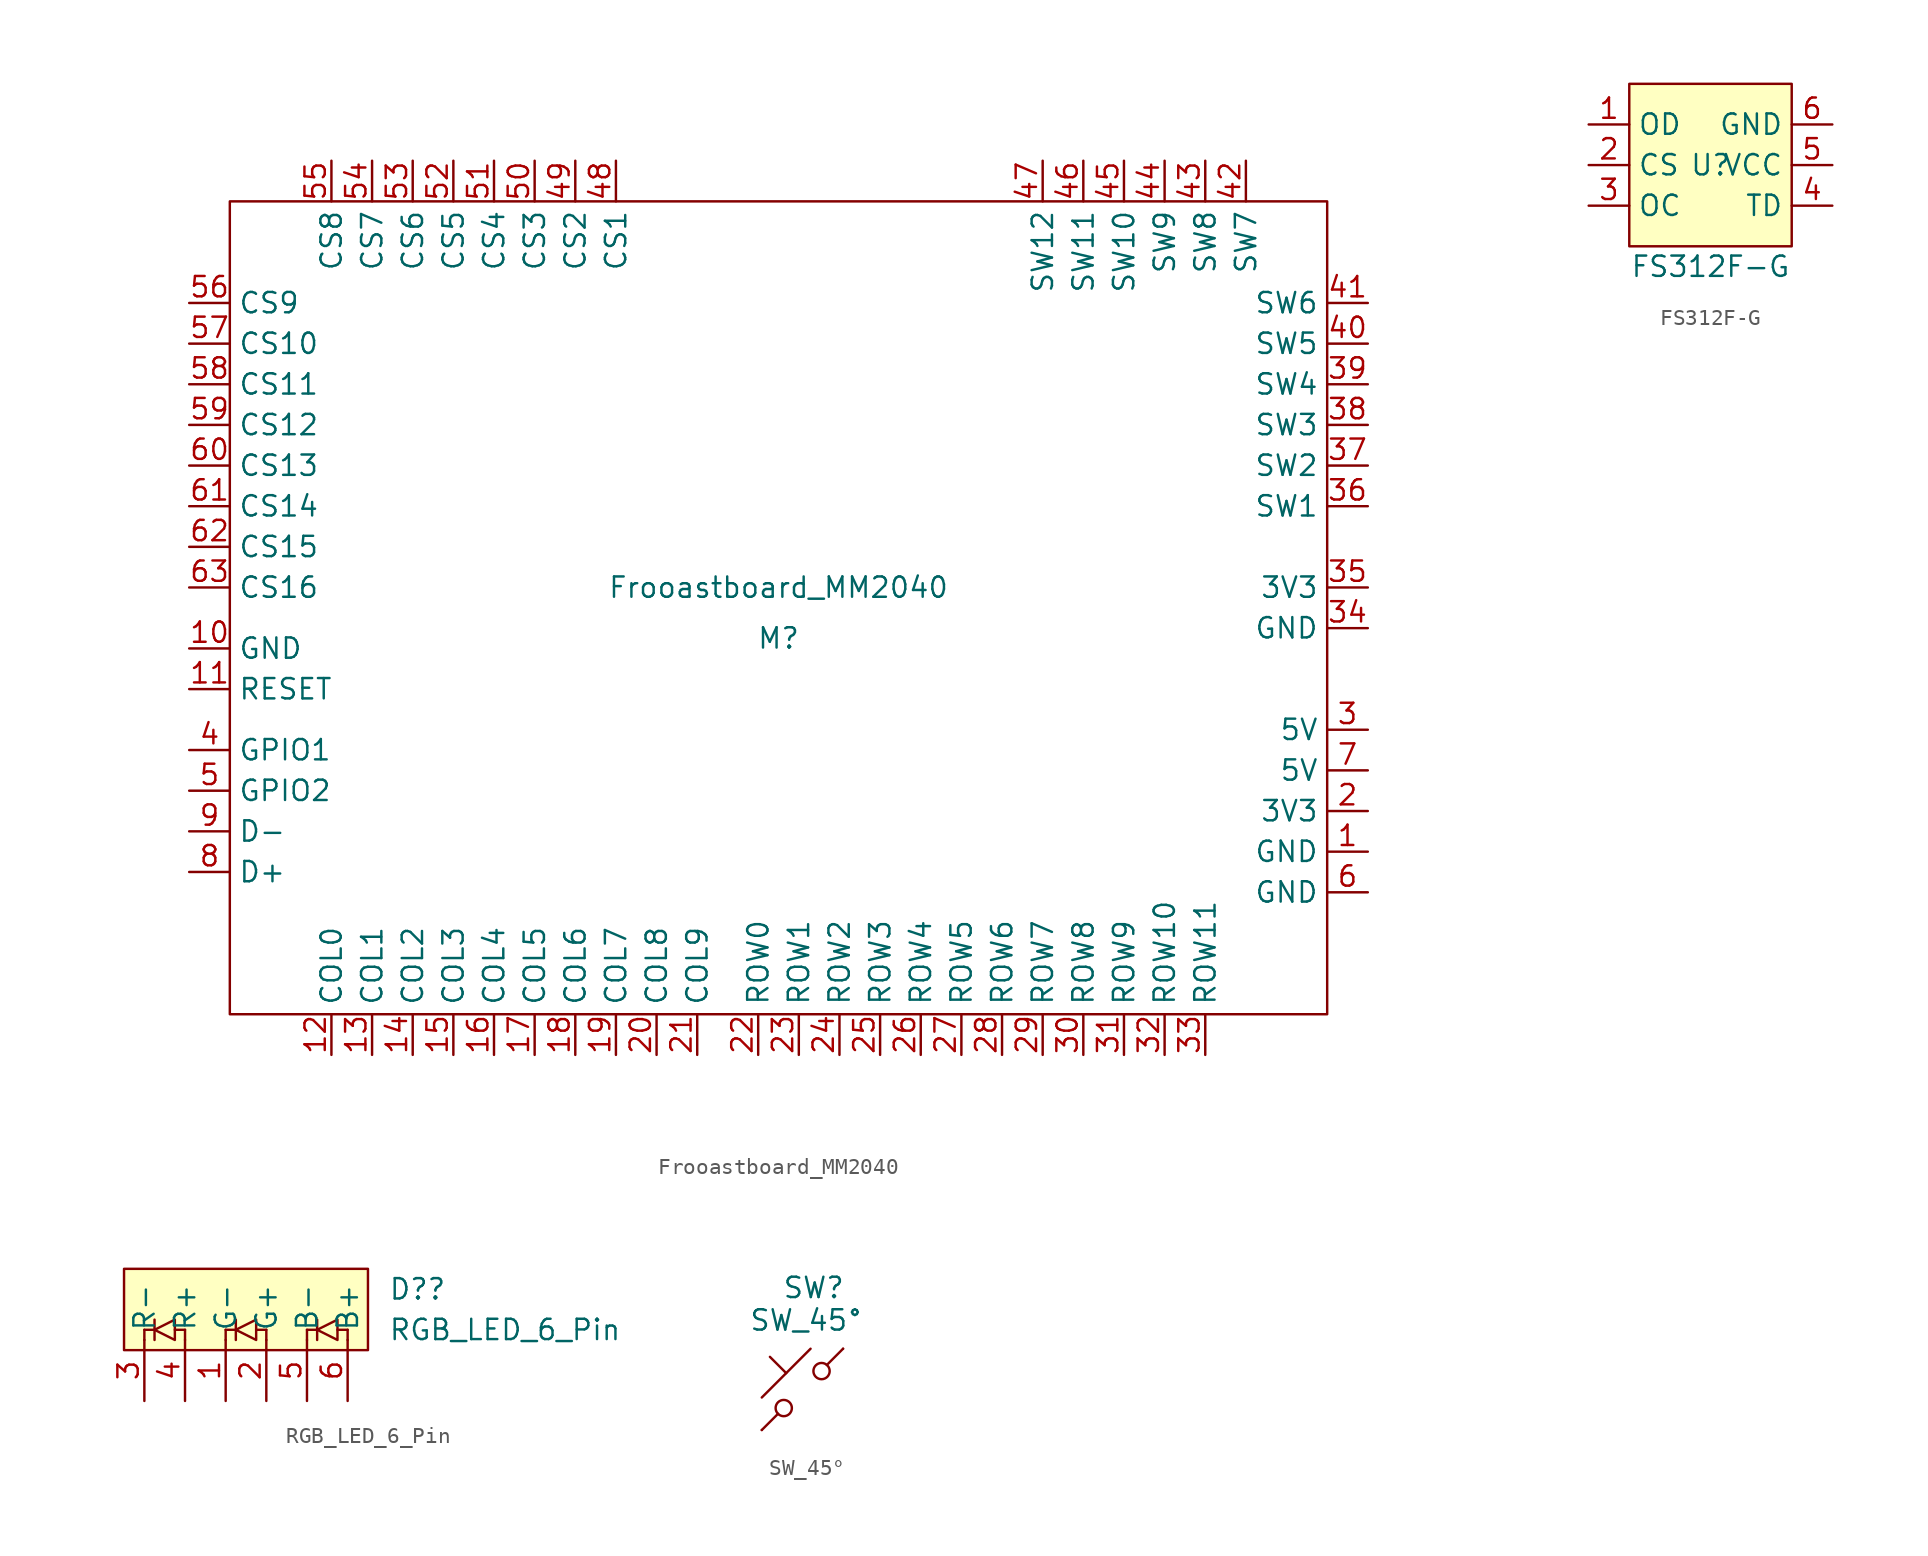
<source format=kicad_sym>
(kicad_symbol_lib
  (version 20231120)
  (generator "kicad_symbol_editor")
  (generator_version "8.0")
  (symbol "Frooastboard_MM2040"
    (property "Reference" "M"
      (at 0 -1.905 0)
      (effects (font (size 1.27 1.27))))
    (property "Value" "Frooastboard_MM2040"
      (at 0 1.27 0)
      (effects (font (size 1.27 1.27))))
    (symbol "Frooastboard_MM2040_0_1"
      (polyline (pts (xy -34.29 -25.4) (xy 34.29 -25.4) (xy 34.29 25.4) (xy -34.29 25.4) (xy -34.29 -25.4)) (stroke (width 0) (type default)) (fill (type none))))
    (symbol "Frooastboard_MM2040_1_1"
      (pin power_in line (at 36.83 -15.24 180) (length 2.54) (name "GND" (effects (font (size 1.27 1.27)))) (number "1" (effects (font (size 1.27 1.27)))))
      (pin passive line (at -36.83 -2.54 0) (length 2.54) (name "GND" (effects (font (size 1.27 1.27)))) (number "10" (effects (font (size 1.27 1.27)))))
      (pin passive line (at -36.83 -5.08 0) (length 2.54) (name "RESET" (effects (font (size 1.27 1.27)))) (number "11" (effects (font (size 1.27 1.27)))))
      (pin output line (at -27.94 -27.94 90) (length 2.54) (name "COL0" (effects (font (size 1.27 1.27)))) (number "12" (effects (font (size 1.27 1.27)))))
      (pin output line (at -25.4 -27.94 90) (length 2.54) (name "COL1" (effects (font (size 1.27 1.27)))) (number "13" (effects (font (size 1.27 1.27)))))
      (pin output line (at -22.86 -27.94 90) (length 2.54) (name "COL2" (effects (font (size 1.27 1.27)))) (number "14" (effects (font (size 1.27 1.27)))))
      (pin output line (at -20.32 -27.94 90) (length 2.54) (name "COL3" (effects (font (size 1.27 1.27)))) (number "15" (effects (font (size 1.27 1.27)))))
      (pin output line (at -17.78 -27.94 90) (length 2.54) (name "COL4" (effects (font (size 1.27 1.27)))) (number "16" (effects (font (size 1.27 1.27)))))
      (pin output line (at -15.24 -27.94 90) (length 2.54) (name "COL5" (effects (font (size 1.27 1.27)))) (number "17" (effects (font (size 1.27 1.27)))))
      (pin output line (at -12.7 -27.94 90) (length 2.54) (name "COL6" (effects (font (size 1.27 1.27)))) (number "18" (effects (font (size 1.27 1.27)))))
      (pin output line (at -10.16 -27.94 90) (length 2.54) (name "COL7" (effects (font (size 1.27 1.27)))) (number "19" (effects (font (size 1.27 1.27)))))
      (pin power_out line (at 36.83 -12.7 180) (length 2.54) (name "3V3" (effects (font (size 1.27 1.27)))) (number "2" (effects (font (size 1.27 1.27)))))
      (pin output line (at -7.62 -27.94 90) (length 2.54) (name "COL8" (effects (font (size 1.27 1.27)))) (number "20" (effects (font (size 1.27 1.27)))))
      (pin output line (at -5.08 -27.94 90) (length 2.54) (name "COL9" (effects (font (size 1.27 1.27)))) (number "21" (effects (font (size 1.27 1.27)))))
      (pin output line (at -1.27 -27.94 90) (length 2.54) (name "ROW0" (effects (font (size 1.27 1.27)))) (number "22" (effects (font (size 1.27 1.27)))))
      (pin output line (at 1.27 -27.94 90) (length 2.54) (name "ROW1" (effects (font (size 1.27 1.27)))) (number "23" (effects (font (size 1.27 1.27)))))
      (pin output line (at 3.81 -27.94 90) (length 2.54) (name "ROW2" (effects (font (size 1.27 1.27)))) (number "24" (effects (font (size 1.27 1.27)))))
      (pin output line (at 6.35 -27.94 90) (length 2.54) (name "ROW3" (effects (font (size 1.27 1.27)))) (number "25" (effects (font (size 1.27 1.27)))))
      (pin output line (at 8.89 -27.94 90) (length 2.54) (name "ROW4" (effects (font (size 1.27 1.27)))) (number "26" (effects (font (size 1.27 1.27)))))
      (pin output line (at 11.43 -27.94 90) (length 2.54) (name "ROW5" (effects (font (size 1.27 1.27)))) (number "27" (effects (font (size 1.27 1.27)))))
      (pin output line (at 13.97 -27.94 90) (length 2.54) (name "ROW6" (effects (font (size 1.27 1.27)))) (number "28" (effects (font (size 1.27 1.27)))))
      (pin output line (at 16.51 -27.94 90) (length 2.54) (name "ROW7" (effects (font (size 1.27 1.27)))) (number "29" (effects (font (size 1.27 1.27)))))
      (pin power_in line (at 36.83 -7.62 180) (length 2.54) (name "5V" (effects (font (size 1.27 1.27)))) (number "3" (effects (font (size 1.27 1.27)))))
      (pin output line (at 19.05 -27.94 90) (length 2.54) (name "ROW8" (effects (font (size 1.27 1.27)))) (number "30" (effects (font (size 1.27 1.27)))))
      (pin output line (at 21.59 -27.94 90) (length 2.54) (name "ROW9" (effects (font (size 1.27 1.27)))) (number "31" (effects (font (size 1.27 1.27)))))
      (pin output line (at 24.13 -27.94 90) (length 2.54) (name "ROW10" (effects (font (size 1.27 1.27)))) (number "32" (effects (font (size 1.27 1.27)))))
      (pin output line (at 26.67 -27.94 90) (length 2.54) (name "ROW11" (effects (font (size 1.27 1.27)))) (number "33" (effects (font (size 1.27 1.27)))))
      (pin power_in line (at 36.83 -1.27 180) (length 2.54) (name "GND" (effects (font (size 1.27 1.27)))) (number "34" (effects (font (size 1.27 1.27)))))
      (pin power_in line (at 36.83 1.27 180) (length 2.54) (name "3V3" (effects (font (size 1.27 1.27)))) (number "35" (effects (font (size 1.27 1.27)))))
      (pin output line (at 36.83 6.35 180) (length 2.54) (name "SW1" (effects (font (size 1.27 1.27)))) (number "36" (effects (font (size 1.27 1.27)))))
      (pin output line (at 36.83 8.89 180) (length 2.54) (name "SW2" (effects (font (size 1.27 1.27)))) (number "37" (effects (font (size 1.27 1.27)))))
      (pin output line (at 36.83 11.43 180) (length 2.54) (name "SW3" (effects (font (size 1.27 1.27)))) (number "38" (effects (font (size 1.27 1.27)))))
      (pin output line (at 36.83 13.97 180) (length 2.54) (name "SW4" (effects (font (size 1.27 1.27)))) (number "39" (effects (font (size 1.27 1.27)))))
      (pin bidirectional line (at -36.83 -8.89 0) (length 2.54) (name "GPIO1" (effects (font (size 1.27 1.27)))) (number "4" (effects (font (size 1.27 1.27)))))
      (pin output line (at 36.83 16.51 180) (length 2.54) (name "SW5" (effects (font (size 1.27 1.27)))) (number "40" (effects (font (size 1.27 1.27)))))
      (pin output line (at 36.83 19.05 180) (length 2.54) (name "SW6" (effects (font (size 1.27 1.27)))) (number "41" (effects (font (size 1.27 1.27)))))
      (pin output line (at 29.21 27.94 270) (length 2.54) (name "SW7" (effects (font (size 1.27 1.27)))) (number "42" (effects (font (size 1.27 1.27)))))
      (pin output line (at 26.67 27.94 270) (length 2.54) (name "SW8" (effects (font (size 1.27 1.27)))) (number "43" (effects (font (size 1.27 1.27)))))
      (pin output line (at 24.13 27.94 270) (length 2.54) (name "SW9" (effects (font (size 1.27 1.27)))) (number "44" (effects (font (size 1.27 1.27)))))
      (pin output line (at 21.59 27.94 270) (length 2.54) (name "SW10" (effects (font (size 1.27 1.27)))) (number "45" (effects (font (size 1.27 1.27)))))
      (pin output line (at 19.05 27.94 270) (length 2.54) (name "SW11" (effects (font (size 1.27 1.27)))) (number "46" (effects (font (size 1.27 1.27)))))
      (pin output line (at 16.51 27.94 270) (length 2.54) (name "SW12" (effects (font (size 1.27 1.27)))) (number "47" (effects (font (size 1.27 1.27)))))
      (pin output line (at -10.16 27.94 270) (length 2.54) (name "CS1" (effects (font (size 1.27 1.27)))) (number "48" (effects (font (size 1.27 1.27)))))
      (pin output line (at -12.7 27.94 270) (length 2.54) (name "CS2" (effects (font (size 1.27 1.27)))) (number "49" (effects (font (size 1.27 1.27)))))
      (pin bidirectional line (at -36.83 -11.43 0) (length 2.54) (name "GPIO2" (effects (font (size 1.27 1.27)))) (number "5" (effects (font (size 1.27 1.27)))))
      (pin output line (at -15.24 27.94 270) (length 2.54) (name "CS3" (effects (font (size 1.27 1.27)))) (number "50" (effects (font (size 1.27 1.27)))))
      (pin output line (at -17.78 27.94 270) (length 2.54) (name "CS4" (effects (font (size 1.27 1.27)))) (number "51" (effects (font (size 1.27 1.27)))))
      (pin output line (at -20.32 27.94 270) (length 2.54) (name "CS5" (effects (font (size 1.27 1.27)))) (number "52" (effects (font (size 1.27 1.27)))))
      (pin output line (at -22.86 27.94 270) (length 2.54) (name "CS6" (effects (font (size 1.27 1.27)))) (number "53" (effects (font (size 1.27 1.27)))))
      (pin output line (at -25.4 27.94 270) (length 2.54) (name "CS7" (effects (font (size 1.27 1.27)))) (number "54" (effects (font (size 1.27 1.27)))))
      (pin output line (at -27.94 27.94 270) (length 2.54) (name "CS8" (effects (font (size 1.27 1.27)))) (number "55" (effects (font (size 1.27 1.27)))))
      (pin output line (at -36.83 19.05 0) (length 2.54) (name "CS9" (effects (font (size 1.27 1.27)))) (number "56" (effects (font (size 1.27 1.27)))))
      (pin output line (at -36.83 16.51 0) (length 2.54) (name "CS10" (effects (font (size 1.27 1.27)))) (number "57" (effects (font (size 1.27 1.27)))))
      (pin output line (at -36.83 13.97 0) (length 2.54) (name "CS11" (effects (font (size 1.27 1.27)))) (number "58" (effects (font (size 1.27 1.27)))))
      (pin output line (at -36.83 11.43 0) (length 2.54) (name "CS12" (effects (font (size 1.27 1.27)))) (number "59" (effects (font (size 1.27 1.27)))))
      (pin power_in line (at 36.83 -17.78 180) (length 2.54) (name "GND" (effects (font (size 1.27 1.27)))) (number "6" (effects (font (size 1.27 1.27)))))
      (pin output line (at -36.83 8.89 0) (length 2.54) (name "CS13" (effects (font (size 1.27 1.27)))) (number "60" (effects (font (size 1.27 1.27)))))
      (pin output line (at -36.83 6.35 0) (length 2.54) (name "CS14" (effects (font (size 1.27 1.27)))) (number "61" (effects (font (size 1.27 1.27)))))
      (pin output line (at -36.83 3.81 0) (length 2.54) (name "CS15" (effects (font (size 1.27 1.27)))) (number "62" (effects (font (size 1.27 1.27)))))
      (pin output line (at -36.83 1.27 0) (length 2.54) (name "CS16" (effects (font (size 1.27 1.27)))) (number "63" (effects (font (size 1.27 1.27)))))
      (pin power_in line (at 36.83 -10.16 180) (length 2.54) (name "5V" (effects (font (size 1.27 1.27)))) (number "7" (effects (font (size 1.27 1.27)))))
      (pin bidirectional line (at -36.83 -16.51 0) (length 2.54) (name "D+" (effects (font (size 1.27 1.27)))) (number "8" (effects (font (size 1.27 1.27)))))
      (pin bidirectional line (at -36.83 -13.97 0) (length 2.54) (name "D-" (effects (font (size 1.27 1.27)))) (number "9" (effects (font (size 1.27 1.27)))))))
  (symbol "FS312F-G"
    (property "Reference" "U"
      (at 0 0 0)
      (effects (font (size 1.27 1.27))))
    (property "Value" "FS312F-G"
      (at 0 -6.35 0)
      (effects (font (size 1.27 1.27))))
    (symbol "FS312F-G_0_1"
      (rectangle (start -5.08 5.08) (end 5.08 -5.08) (stroke (width 0) (type default)) (fill (type background))))
    (symbol "FS312F-G_1_1"
      (pin output line (at -7.62 2.54 0) (length 2.54) (name "OD" (effects (font (size 1.27 1.27)))) (number "1" (effects (font (size 1.27 1.27)))))
      (pin input line (at -7.62 0 0) (length 2.54) (name "CS" (effects (font (size 1.27 1.27)))) (number "2" (effects (font (size 1.27 1.27)))))
      (pin output line (at -7.62 -2.54 0) (length 2.54) (name "OC" (effects (font (size 1.27 1.27)))) (number "3" (effects (font (size 1.27 1.27)))))
      (pin input line (at 7.62 -2.54 180) (length 2.54) (name "TD" (effects (font (size 1.27 1.27)))) (number "4" (effects (font (size 1.27 1.27)))))
      (pin power_in line (at 7.62 0 180) (length 2.54) (name "VCC" (effects (font (size 1.27 1.27)))) (number "5" (effects (font (size 1.27 1.27)))))
      (pin power_in line (at 7.62 2.54 180) (length 2.54) (name "GND" (effects (font (size 1.27 1.27)))) (number "6" (effects (font (size 1.27 1.27)))))))
  (symbol "RGB_LED_6_Pin"
    (property "Reference" "D?"
      (at 8.89 -0.635 0)
      (effects (font (size 1.27 1.27)) (justify left)))
    (property "Value" "RGB_LED_6_Pin"
      (at 8.89 -3.175 0)
      (effects (font (size 1.27 1.27)) (justify left)))
    (symbol "RGB_LED_6_Pin_0_1"
      (rectangle (start -7.62 0.635) (end 7.62 -4.445) (stroke (width 0) (type default)) (fill (type background)))
      (polyline (pts (xy -6.35 -3.175) (xy -6.35 -3.81)) (stroke (width 0) (type default)) (fill (type none)))
      (polyline (pts (xy -6.35 -3.175) (xy -5.715 -3.175)) (stroke (width 0) (type default)) (fill (type none)))
      (polyline (pts (xy -5.715 -2.54) (xy -5.715 -3.81)) (stroke (width 0) (type default)) (fill (type none)))
      (polyline (pts (xy -3.81 -3.175) (xy -4.445 -3.175)) (stroke (width 0) (type default)) (fill (type none)))
      (polyline (pts (xy -3.81 -3.175) (xy -3.81 -3.81)) (stroke (width 0) (type default)) (fill (type none)))
      (polyline (pts (xy -1.27 -3.175) (xy -1.27 -3.81)) (stroke (width 0) (type default)) (fill (type none)))
      (polyline (pts (xy -1.27 -3.175) (xy -0.635 -3.175)) (stroke (width 0) (type default)) (fill (type none)))
      (polyline (pts (xy -0.635 -2.54) (xy -0.635 -3.81)) (stroke (width 0) (type default)) (fill (type none)))
      (polyline (pts (xy 1.27 -3.81) (xy 1.27 -3.175)) (stroke (width 0) (type default)) (fill (type none)))
      (polyline (pts (xy 1.27 -3.175) (xy 0.635 -3.175)) (stroke (width 0) (type default)) (fill (type none)))
      (polyline (pts (xy 3.81 -3.81) (xy 3.81 -3.175)) (stroke (width 0) (type default)) (fill (type none)))
      (polyline (pts (xy 3.81 -3.175) (xy 4.445 -3.175)) (stroke (width 0) (type default)) (fill (type none)))
      (polyline (pts (xy 4.445 -2.54) (xy 4.445 -3.81)) (stroke (width 0) (type default)) (fill (type none)))
      (polyline (pts (xy 6.35 -3.81) (xy 6.35 -3.175)) (stroke (width 0) (type default)) (fill (type none)))
      (polyline (pts (xy 6.35 -3.175) (xy 5.715 -3.175)) (stroke (width 0) (type default)) (fill (type none)))
      (polyline (pts (xy -4.445 -2.54) (xy -5.715 -3.175) (xy -4.445 -3.81) (xy -4.445 -2.54)) (stroke (width 0) (type default)) (fill (type none)))
      (polyline (pts (xy 0.635 -2.54) (xy -0.635 -3.175) (xy 0.635 -3.81) (xy 0.635 -2.54)) (stroke (width 0) (type default)) (fill (type none)))
      (polyline (pts (xy 5.715 -2.54) (xy 4.445 -3.175) (xy 5.715 -3.81) (xy 5.715 -2.54)) (stroke (width 0) (type default)) (fill (type none))))
    (symbol "RGB_LED_6_Pin_1_1"
      (pin passive line (at -1.27 -7.62 90) (length 3.81) (name "G-" (effects (font (size 1.27 1.27)))) (number "1" (effects (font (size 1.27 1.27)))))
      (pin passive line (at 1.27 -7.62 90) (length 3.81) (name "G+" (effects (font (size 1.27 1.27)))) (number "2" (effects (font (size 1.27 1.27)))))
      (pin passive line (at -6.35 -7.62 90) (length 3.81) (name "R-" (effects (font (size 1.27 1.27)))) (number "3" (effects (font (size 1.27 1.27)))))
      (pin passive line (at -3.81 -7.62 90) (length 3.81) (name "R+" (effects (font (size 1.27 1.27)))) (number "4" (effects (font (size 1.27 1.27)))))
      (pin passive line (at 3.81 -7.62 90) (length 3.81) (name "B-" (effects (font (size 1.27 1.27)))) (number "5" (effects (font (size 1.27 1.27)))))
      (pin passive line (at 6.35 -7.62 90) (length 3.81) (name "B+" (effects (font (size 1.27 1.27)))) (number "6" (effects (font (size 1.27 1.27)))))))
  (symbol "SW_45°"
    (pin_numbers hide)
    (pin_names
      (offset 1.016) hide)
    (property "Reference" "SW"
      (at -1.27 6.35 0)
      (effects (font (size 1.27 1.27)) (justify left)))
    (property "Value" "SW_45°"
      (at 0.254 4.318 0)
      (effects (font (size 1.27 1.27))))
    (symbol "SW_45°_0_1"
      (circle (center -1.168 -1.168) (radius 0.508) (stroke (width 0) (type default)) (fill (type none)))
      (polyline (pts (xy -2.54 -0.508) (xy 0.508 2.54)) (stroke (width 0) (type default)) (fill (type none)))
      (polyline (pts (xy -1.016 1.016) (xy -2.032 2.032)) (stroke (width 0) (type default)) (fill (type none)))
      (polyline (pts (xy -2.54 -2.54) (xy -1.524 -1.524) (xy -1.524 -1.524)) (stroke (width 0) (type default)) (fill (type none)))
      (polyline (pts (xy 1.524 1.524) (xy 2.54 2.54) (xy 2.54 2.54) (xy 2.54 2.54)) (stroke (width 0) (type default)) (fill (type none)))
      (circle (center 1.194 1.143) (radius 0.508) (stroke (width 0) (type default)) (fill (type none))))
    (symbol "SW_45°_1_1"
      (pin passive line (at 2.54 2.54 180) (length 0) (name "1" (effects (font (size 1.27 1.27)))) (number "1" (effects (font (size 1.27 1.27)))))
      (pin passive line (at -2.54 -2.54 0) (length 0) (name "2" (effects (font (size 1.27 1.27)))) (number "2" (effects (font (size 1.27 1.27))))))))
</source>
